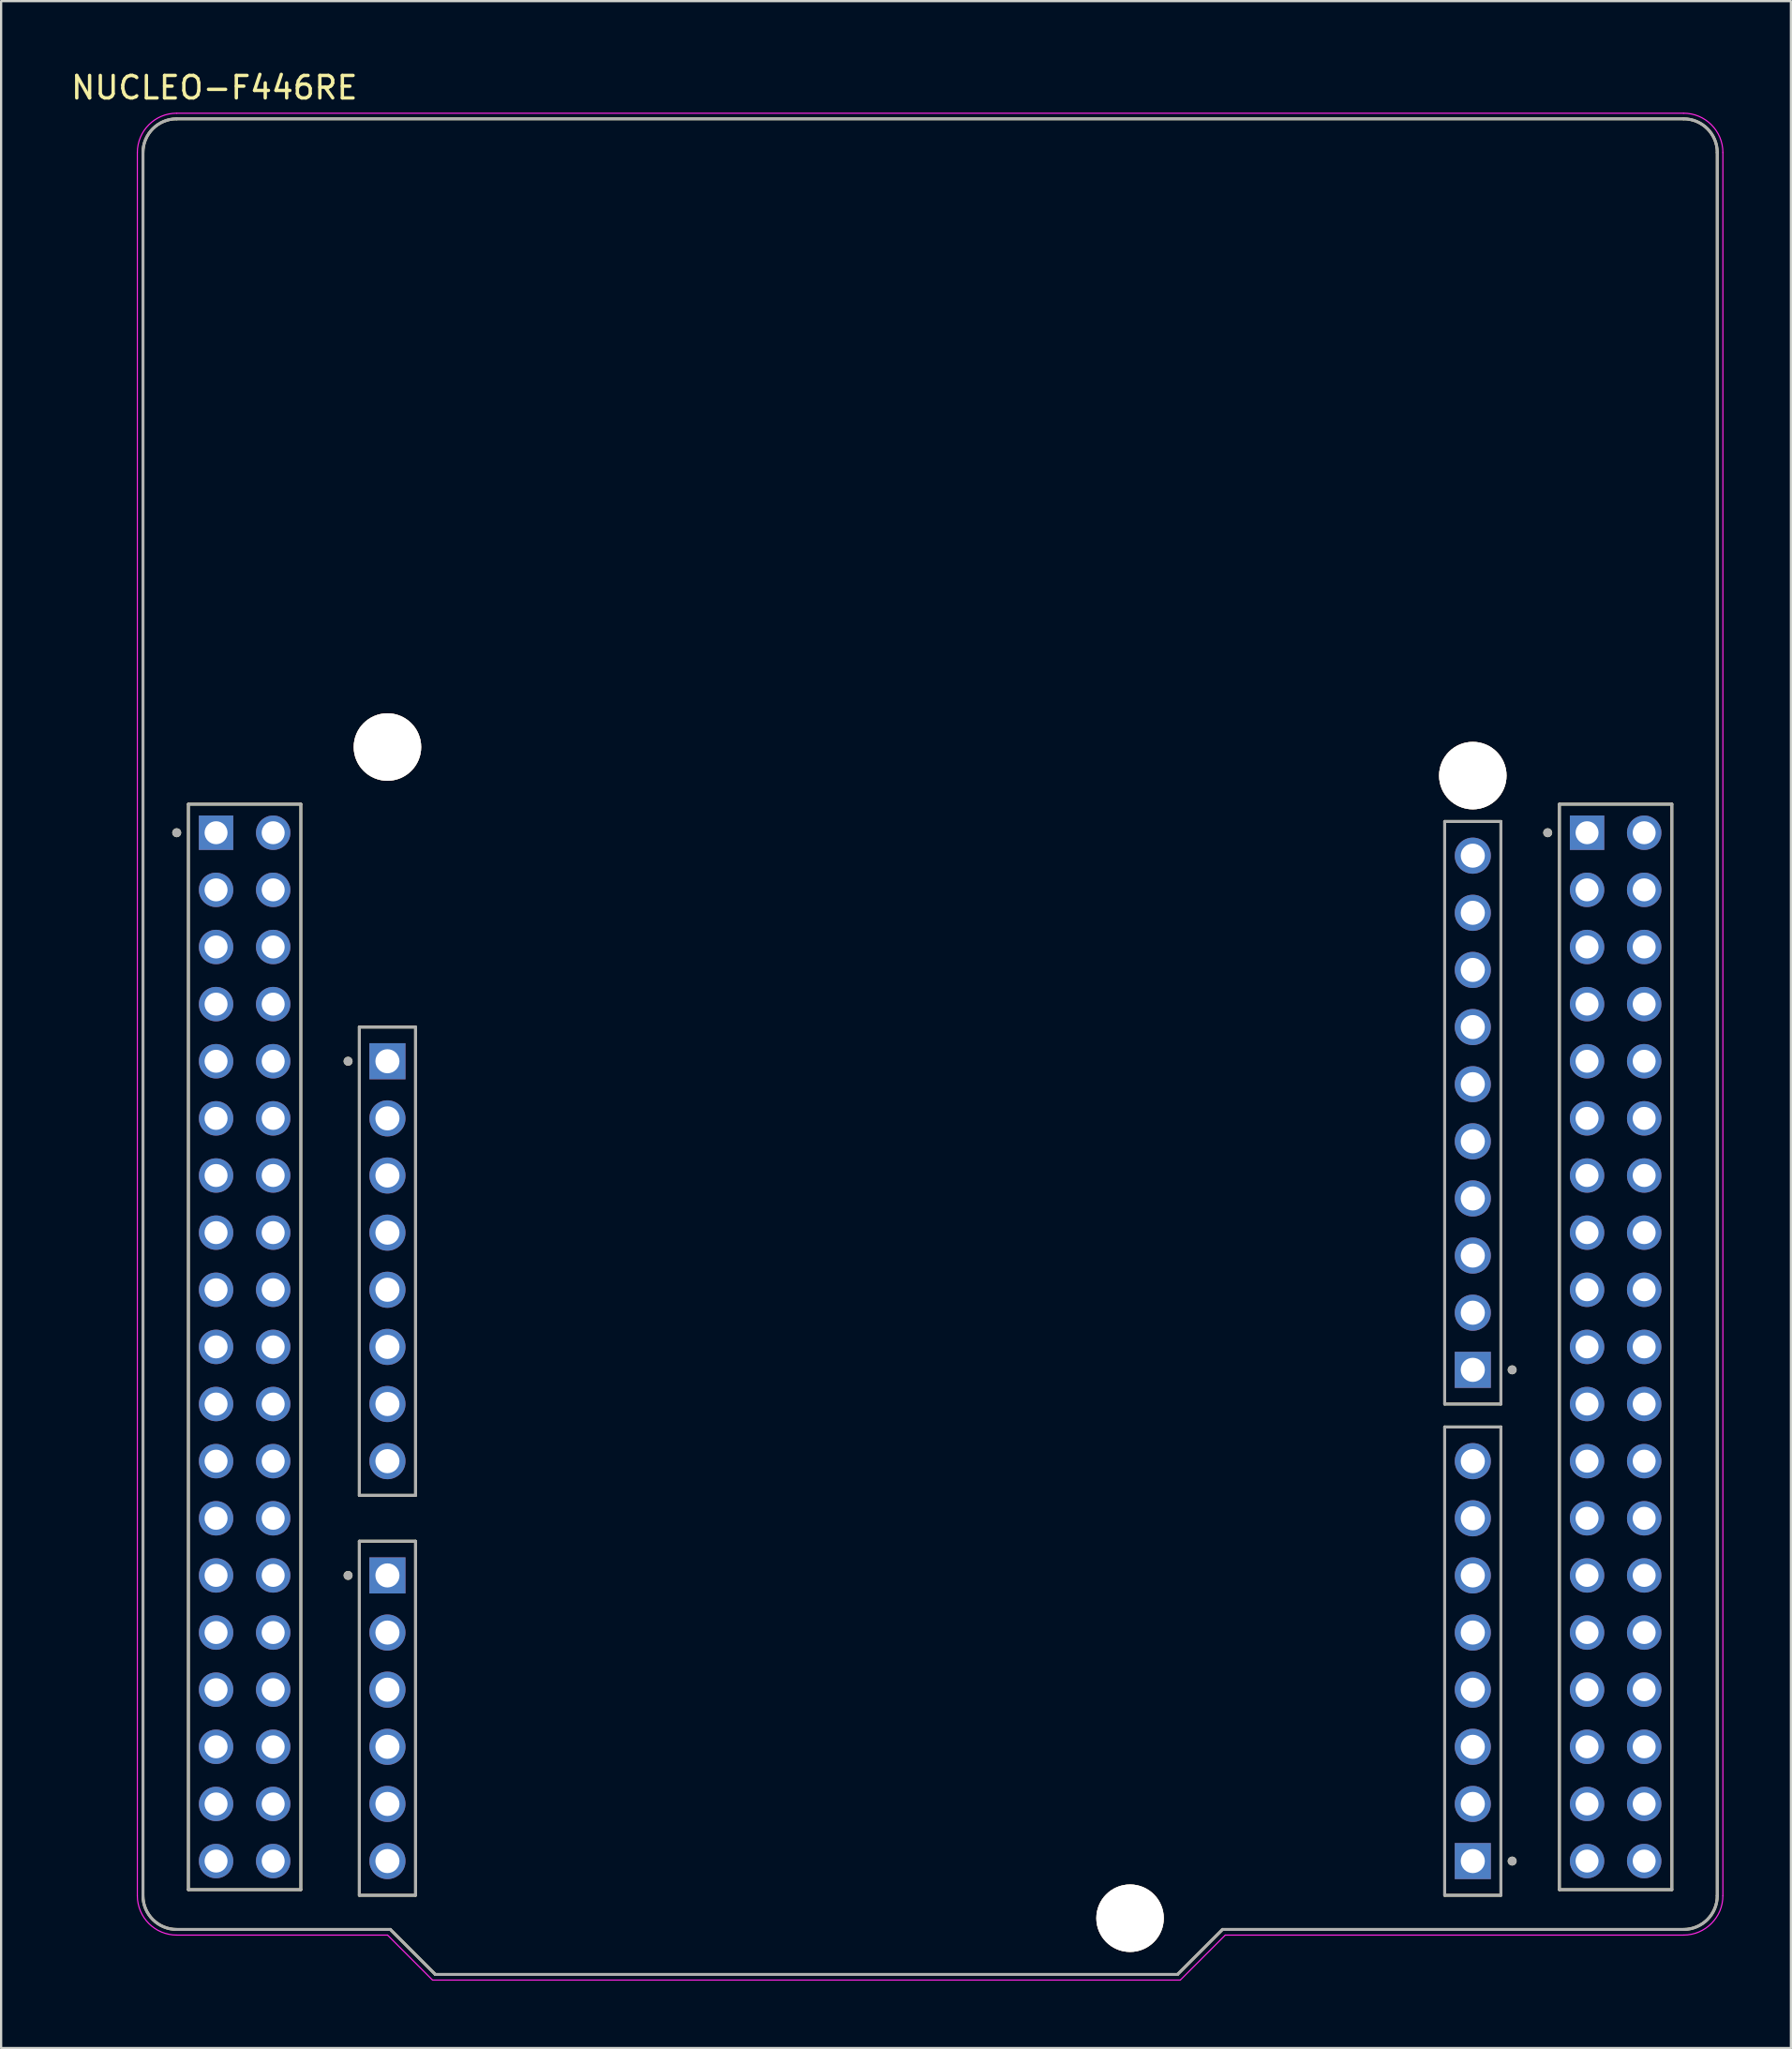
<source format=kicad_pcb>
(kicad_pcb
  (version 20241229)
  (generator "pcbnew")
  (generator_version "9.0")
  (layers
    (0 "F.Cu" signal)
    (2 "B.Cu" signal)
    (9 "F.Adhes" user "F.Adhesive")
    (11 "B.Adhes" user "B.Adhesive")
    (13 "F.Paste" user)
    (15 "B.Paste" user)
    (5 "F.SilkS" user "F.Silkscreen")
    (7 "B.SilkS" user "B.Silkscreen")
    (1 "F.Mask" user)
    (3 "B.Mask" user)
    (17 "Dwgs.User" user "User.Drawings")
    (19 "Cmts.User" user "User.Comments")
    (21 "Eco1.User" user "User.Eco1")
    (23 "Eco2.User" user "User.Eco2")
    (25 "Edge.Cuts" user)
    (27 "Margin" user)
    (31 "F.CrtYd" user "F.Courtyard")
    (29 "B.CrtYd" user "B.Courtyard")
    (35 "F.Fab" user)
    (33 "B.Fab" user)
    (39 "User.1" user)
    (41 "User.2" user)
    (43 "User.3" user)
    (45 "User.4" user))
  (footprint "NUCLEO-F446RE"
    (layer "F.Cu")
    (at 38.307 43.483)
    (property "Reference" "NUCLEO-F446RE" (at -31.825 -42.635 0) (layer "F.SilkS") (effects (font (size 1 1) (thickness 0.15))))
    (attr through_hole)
    (fp_line (start -35 37.75) (end -35 -39.75) (stroke (width 0.127) (type solid)) (layer "F.SilkS"))
    (fp_line (start -33.5 -41.25) (end 33.5 -41.25) (stroke (width 0.127) (type solid)) (layer "F.SilkS"))
    (fp_line (start -32.98 -10.78) (end -32.98 37.48) (stroke (width 0.127) (type solid)) (layer "F.SilkS"))
    (fp_line (start -32.98 37.48) (end -27.98 37.48) (stroke (width 0.127) (type solid)) (layer "F.SilkS"))
    (fp_line (start -27.98 -10.78) (end -32.98 -10.78) (stroke (width 0.127) (type solid)) (layer "F.SilkS"))
    (fp_line (start -27.98 37.48) (end -27.98 -10.78) (stroke (width 0.127) (type solid)) (layer "F.SilkS"))
    (fp_line (start -25.38 -0.87) (end -25.38 19.95) (stroke (width 0.127) (type solid)) (layer "F.SilkS"))
    (fp_line (start -25.38 19.95) (end -22.88 19.95) (stroke (width 0.127) (type solid)) (layer "F.SilkS"))
    (fp_line (start -25.38 21.99) (end -25.38 37.73) (stroke (width 0.127) (type solid)) (layer "F.SilkS"))
    (fp_line (start -25.38 37.73) (end -22.88 37.73) (stroke (width 0.127) (type solid)) (layer "F.SilkS"))
    (fp_line (start -24 39.25) (end -33.5 39.25) (stroke (width 0.127) (type solid)) (layer "F.SilkS"))
    (fp_line (start -22.88 -0.87) (end -25.38 -0.87) (stroke (width 0.127) (type solid)) (layer "F.SilkS"))
    (fp_line (start -22.88 19.95) (end -22.88 -0.87) (stroke (width 0.127) (type solid)) (layer "F.SilkS"))
    (fp_line (start -22.88 21.99) (end -25.38 21.99) (stroke (width 0.127) (type solid)) (layer "F.SilkS"))
    (fp_line (start -22.88 37.73) (end -22.88 21.99) (stroke (width 0.127) (type solid)) (layer "F.SilkS"))
    (fp_line (start -22 41.25) (end -24 39.25) (stroke (width 0.127) (type solid)) (layer "F.SilkS"))
    (fp_line (start 11 41.25) (end -22 41.25) (stroke (width 0.127) (type solid)) (layer "F.SilkS"))
    (fp_line (start 13 39.25) (end 11 41.25) (stroke (width 0.127) (type solid)) (layer "F.SilkS"))
    (fp_line (start 22.88 -10.01) (end 22.88 15.89) (stroke (width 0.127) (type solid)) (layer "F.SilkS"))
    (fp_line (start 22.88 15.89) (end 25.38 15.89) (stroke (width 0.127) (type solid)) (layer "F.SilkS"))
    (fp_line (start 22.88 16.91) (end 22.88 37.73) (stroke (width 0.127) (type solid)) (layer "F.SilkS"))
    (fp_line (start 22.88 37.73) (end 25.38 37.73) (stroke (width 0.127) (type solid)) (layer "F.SilkS"))
    (fp_line (start 25.38 -10.01) (end 22.88 -10.01) (stroke (width 0.127) (type solid)) (layer "F.SilkS"))
    (fp_line (start 25.38 15.89) (end 25.38 -10.01) (stroke (width 0.127) (type solid)) (layer "F.SilkS"))
    (fp_line (start 25.38 16.91) (end 22.88 16.91) (stroke (width 0.127) (type solid)) (layer "F.SilkS"))
    (fp_line (start 25.38 37.73) (end 25.38 16.91) (stroke (width 0.127) (type solid)) (layer "F.SilkS"))
    (fp_line (start 27.98 -10.78) (end 27.98 37.48) (stroke (width 0.127) (type solid)) (layer "F.SilkS"))
    (fp_line (start 27.98 37.48) (end 32.98 37.48) (stroke (width 0.127) (type solid)) (layer "F.SilkS"))
    (fp_line (start 32.98 -10.78) (end 27.98 -10.78) (stroke (width 0.127) (type solid)) (layer "F.SilkS"))
    (fp_line (start 32.98 37.48) (end 32.98 -10.78) (stroke (width 0.127) (type solid)) (layer "F.SilkS"))
    (fp_line (start 33.5 39.25) (end 13 39.25) (stroke (width 0.127) (type solid)) (layer "F.SilkS"))
    (fp_line (start 35 -39.75) (end 35 37.75) (stroke (width 0.127) (type solid)) (layer "F.SilkS"))
    (fp_arc (start -35 -39.75) (mid -34.56066 -40.81066) (end -33.5 -41.25) (stroke (width 0.127) (type solid)) (layer "F.SilkS"))
    (fp_arc (start -33.5 39.25) (mid -34.56066 38.81066) (end -35 37.75) (stroke (width 0.127) (type solid)) (layer "F.SilkS"))
    (fp_arc (start 33.5 -41.25) (mid 34.56066 -40.81066) (end 35 -39.75) (stroke (width 0.127) (type solid)) (layer "F.SilkS"))
    (fp_arc (start 35 37.75) (mid 34.56066 38.81066) (end 33.5 39.25) (stroke (width 0.127) (type solid)) (layer "F.SilkS"))
    (fp_circle (center -33.5 -9.51) (end -33.4 -9.51) (stroke (width 0.2) (type solid)) (fill no) (layer "F.SilkS"))
    (fp_circle (center -25.88 0.65) (end -25.78 0.65) (stroke (width 0.2) (type solid)) (fill no) (layer "F.SilkS"))
    (fp_circle (center -25.88 23.51) (end -25.78 23.51) (stroke (width 0.2) (type solid)) (fill no) (layer "F.SilkS"))
    (fp_circle (center 25.88 14.37) (end 25.98 14.37) (stroke (width 0.2) (type solid)) (fill no) (layer "F.SilkS"))
    (fp_circle (center 25.88 36.21) (end 25.98 36.21) (stroke (width 0.2) (type solid)) (fill no) (layer "F.SilkS"))
    (fp_circle (center 27.46 -9.51) (end 27.56 -9.51) (stroke (width 0.2) (type solid)) (fill no) (layer "F.SilkS"))
    (fp_line (start -35.25 37.75) (end -35.25 -39.75) (stroke (width 0.05) (type solid)) (layer "F.CrtYd"))
    (fp_line (start -33.5 -41.5) (end 33.5 -41.5) (stroke (width 0.05) (type solid)) (layer "F.CrtYd"))
    (fp_line (start -24.125 39.5) (end -33.5 39.5) (stroke (width 0.05) (type solid)) (layer "F.CrtYd"))
    (fp_line (start -22.125 41.5) (end -24.125 39.5) (stroke (width 0.05) (type solid)) (layer "F.CrtYd"))
    (fp_line (start 11.125 41.5) (end -22.125 41.5) (stroke (width 0.05) (type solid)) (layer "F.CrtYd"))
    (fp_line (start 13.125 39.5) (end 11.125 41.5) (stroke (width 0.05) (type solid)) (layer "F.CrtYd"))
    (fp_line (start 33.5 39.5) (end 13.125 39.5) (stroke (width 0.05) (type solid)) (layer "F.CrtYd"))
    (fp_line (start 35.25 -39.75) (end 35.25 37.75) (stroke (width 0.05) (type solid)) (layer "F.CrtYd"))
    (fp_arc (start -35.25 -39.75) (mid -34.737437 -40.987437) (end -33.5 -41.5) (stroke (width 0.05) (type solid)) (layer "F.CrtYd"))
    (fp_arc (start -33.5 39.5) (mid -34.737437 38.987437) (end -35.25 37.75) (stroke (width 0.05) (type solid)) (layer "F.CrtYd"))
    (fp_arc (start 33.5 -41.5) (mid 34.737437 -40.987437) (end 35.25 -39.75) (stroke (width 0.05) (type solid)) (layer "F.CrtYd"))
    (fp_arc (start 35.25 37.75) (mid 34.737437 38.987437) (end 33.5 39.5) (stroke (width 0.05) (type solid)) (layer "F.CrtYd"))
    (fp_line (start -35 37.75) (end -35 -39.75) (stroke (width 0.127) (type solid)) (layer "F.Fab"))
    (fp_line (start -33.5 -41.25) (end 33.5 -41.25) (stroke (width 0.127) (type solid)) (layer "F.Fab"))
    (fp_line (start -32.98 -10.78) (end -32.98 37.48) (stroke (width 0.127) (type solid)) (layer "F.Fab"))
    (fp_line (start -32.98 37.48) (end -27.98 37.48) (stroke (width 0.127) (type solid)) (layer "F.Fab"))
    (fp_line (start -27.98 -10.78) (end -32.98 -10.78) (stroke (width 0.127) (type solid)) (layer "F.Fab"))
    (fp_line (start -27.98 37.48) (end -27.98 -10.78) (stroke (width 0.127) (type solid)) (layer "F.Fab"))
    (fp_line (start -25.38 -0.87) (end -25.38 19.95) (stroke (width 0.127) (type solid)) (layer "F.Fab"))
    (fp_line (start -25.38 19.95) (end -22.88 19.95) (stroke (width 0.127) (type solid)) (layer "F.Fab"))
    (fp_line (start -25.38 21.99) (end -25.38 37.73) (stroke (width 0.127) (type solid)) (layer "F.Fab"))
    (fp_line (start -25.38 37.73) (end -22.88 37.73) (stroke (width 0.127) (type solid)) (layer "F.Fab"))
    (fp_line (start -24 39.25) (end -33.5 39.25) (stroke (width 0.127) (type solid)) (layer "F.Fab"))
    (fp_line (start -22.88 -0.87) (end -25.38 -0.87) (stroke (width 0.127) (type solid)) (layer "F.Fab"))
    (fp_line (start -22.88 19.95) (end -22.88 -0.87) (stroke (width 0.127) (type solid)) (layer "F.Fab"))
    (fp_line (start -22.88 21.99) (end -25.38 21.99) (stroke (width 0.127) (type solid)) (layer "F.Fab"))
    (fp_line (start -22.88 37.73) (end -22.88 21.99) (stroke (width 0.127) (type solid)) (layer "F.Fab"))
    (fp_line (start -22 41.25) (end -24 39.25) (stroke (width 0.127) (type solid)) (layer "F.Fab"))
    (fp_line (start 11 41.25) (end -22 41.25) (stroke (width 0.127) (type solid)) (layer "F.Fab"))
    (fp_line (start 13 39.25) (end 11 41.25) (stroke (width 0.127) (type solid)) (layer "F.Fab"))
    (fp_line (start 22.88 -10.01) (end 22.88 15.89) (stroke (width 0.127) (type solid)) (layer "F.Fab"))
    (fp_line (start 22.88 15.89) (end 25.38 15.89) (stroke (width 0.127) (type solid)) (layer "F.Fab"))
    (fp_line (start 22.88 16.91) (end 22.88 37.73) (stroke (width 0.127) (type solid)) (layer "F.Fab"))
    (fp_line (start 22.88 37.73) (end 25.38 37.73) (stroke (width 0.127) (type solid)) (layer "F.Fab"))
    (fp_line (start 25.38 -10.01) (end 22.88 -10.01) (stroke (width 0.127) (type solid)) (layer "F.Fab"))
    (fp_line (start 25.38 15.89) (end 25.38 -10.01) (stroke (width 0.127) (type solid)) (layer "F.Fab"))
    (fp_line (start 25.38 16.91) (end 22.88 16.91) (stroke (width 0.127) (type solid)) (layer "F.Fab"))
    (fp_line (start 25.38 37.73) (end 25.38 16.91) (stroke (width 0.127) (type solid)) (layer "F.Fab"))
    (fp_line (start 27.98 -10.78) (end 27.98 37.48) (stroke (width 0.127) (type solid)) (layer "F.Fab"))
    (fp_line (start 27.98 37.48) (end 32.98 37.48) (stroke (width 0.127) (type solid)) (layer "F.Fab"))
    (fp_line (start 32.98 -10.78) (end 27.98 -10.78) (stroke (width 0.127) (type solid)) (layer "F.Fab"))
    (fp_line (start 32.98 37.48) (end 32.98 -10.78) (stroke (width 0.127) (type solid)) (layer "F.Fab"))
    (fp_line (start 33.5 39.25) (end 13 39.25) (stroke (width 0.127) (type solid)) (layer "F.Fab"))
    (fp_line (start 35 -39.75) (end 35 37.75) (stroke (width 0.127) (type solid)) (layer "F.Fab"))
    (fp_arc (start -35 -39.75) (mid -34.56066 -40.81066) (end -33.5 -41.25) (stroke (width 0.127) (type solid)) (layer "F.Fab"))
    (fp_arc (start -33.5 39.25) (mid -34.56066 38.81066) (end -35 37.75) (stroke (width 0.127) (type solid)) (layer "F.Fab"))
    (fp_arc (start 33.5 -41.25) (mid 34.56066 -40.81066) (end 35 -39.75) (stroke (width 0.127) (type solid)) (layer "F.Fab"))
    (fp_arc (start 35 37.75) (mid 34.56066 38.81066) (end 33.5 39.25) (stroke (width 0.127) (type solid)) (layer "F.Fab"))
    (fp_circle (center -33.5 -9.51) (end -33.4 -9.51) (stroke (width 0.2) (type solid)) (fill no) (layer "F.Fab"))
    (fp_circle (center -25.88 0.65) (end -25.78 0.65) (stroke (width 0.2) (type solid)) (fill no) (layer "F.Fab"))
    (fp_circle (center -25.88 23.51) (end -25.78 23.51) (stroke (width 0.2) (type solid)) (fill no) (layer "F.Fab"))
    (fp_circle (center 25.88 14.37) (end 25.98 14.37) (stroke (width 0.2) (type solid)) (fill no) (layer "F.Fab"))
    (fp_circle (center 25.88 36.21) (end 25.98 36.21) (stroke (width 0.2) (type solid)) (fill no) (layer "F.Fab"))
    (fp_circle (center 27.46 -9.51) (end 27.56 -9.51) (stroke (width 0.2) (type solid)) (fill no) (layer "F.Fab"))
    (pad "" np_thru_hole circle (at -24.13 -13.32) (size 3 3) (drill 3) (layers "*.Cu" "*.SilkS"))
    (pad "" np_thru_hole circle (at 8.89 38.75) (size 3 3) (drill 3) (layers "*.Cu" "*.SilkS"))
    (pad "" np_thru_hole circle (at 24.13 -12.05) (size 3 3) (drill 3) (layers "*.Cu" "*.SilkS"))
    (pad "CN5_1" thru_hole rect (at 24.13 14.37) (size 1.605 1.605) (drill 1.07) (layers "*.Cu" "*.Mask"))
    (pad "CN5_2" thru_hole circle (at 24.13 11.83) (size 1.605 1.605) (drill 1.07) (layers "*.Cu" "*.Mask"))
    (pad "CN5_3" thru_hole circle (at 24.13 9.29) (size 1.605 1.605) (drill 1.07) (layers "*.Cu" "*.Mask"))
    (pad "CN5_4" thru_hole circle (at 24.13 6.75) (size 1.605 1.605) (drill 1.07) (layers "*.Cu" "*.Mask"))
    (pad "CN5_5" thru_hole circle (at 24.13 4.21) (size 1.605 1.605) (drill 1.07) (layers "*.Cu" "*.Mask"))
    (pad "CN5_6" thru_hole circle (at 24.13 1.67) (size 1.605 1.605) (drill 1.07) (layers "*.Cu" "*.Mask"))
    (pad "CN5_7" thru_hole circle (at 24.13 -0.87) (size 1.605 1.605) (drill 1.07) (layers "*.Cu" "*.Mask"))
    (pad "CN5_8" thru_hole circle (at 24.13 -3.41) (size 1.605 1.605) (drill 1.07) (layers "*.Cu" "*.Mask"))
    (pad "CN5_9" thru_hole circle (at 24.13 -5.95) (size 1.605 1.605) (drill 1.07) (layers "*.Cu" "*.Mask"))
    (pad "CN5_10" thru_hole circle (at 24.13 -8.49) (size 1.605 1.605) (drill 1.07) (layers "*.Cu" "*.Mask"))
    (pad "CN6_1" thru_hole rect (at -24.13 0.65) (size 1.605 1.605) (drill 1.07) (layers "*.Cu" "*.Mask"))
    (pad "CN6_2" thru_hole circle (at -24.13 3.19) (size 1.605 1.605) (drill 1.07) (layers "*.Cu" "*.Mask"))
    (pad "CN6_3" thru_hole circle (at -24.13 5.73) (size 1.605 1.605) (drill 1.07) (layers "*.Cu" "*.Mask"))
    (pad "CN6_4" thru_hole circle (at -24.13 8.27) (size 1.605 1.605) (drill 1.07) (layers "*.Cu" "*.Mask"))
    (pad "CN6_5" thru_hole circle (at -24.13 10.81) (size 1.605 1.605) (drill 1.07) (layers "*.Cu" "*.Mask"))
    (pad "CN6_6" thru_hole circle (at -24.13 13.35) (size 1.605 1.605) (drill 1.07) (layers "*.Cu" "*.Mask"))
    (pad "CN6_7" thru_hole circle (at -24.13 15.89) (size 1.605 1.605) (drill 1.07) (layers "*.Cu" "*.Mask"))
    (pad "CN6_8" thru_hole circle (at -24.13 18.43) (size 1.605 1.605) (drill 1.07) (layers "*.Cu" "*.Mask"))
    (pad "CN7_1" thru_hole rect (at -31.75 -9.51) (size 1.53 1.53) (drill 1.02) (layers "*.Cu" "*.Mask"))
    (pad "CN7_2" thru_hole circle (at -29.21 -9.51) (size 1.53 1.53) (drill 1.02) (layers "*.Cu" "*.Mask"))
    (pad "CN7_3" thru_hole circle (at -31.75 -6.97) (size 1.53 1.53) (drill 1.02) (layers "*.Cu" "*.Mask"))
    (pad "CN7_4" thru_hole circle (at -29.21 -6.97) (size 1.53 1.53) (drill 1.02) (layers "*.Cu" "*.Mask"))
    (pad "CN7_5" thru_hole circle (at -31.75 -4.43) (size 1.53 1.53) (drill 1.02) (layers "*.Cu" "*.Mask"))
    (pad "CN7_6" thru_hole circle (at -29.21 -4.43) (size 1.53 1.53) (drill 1.02) (layers "*.Cu" "*.Mask"))
    (pad "CN7_7" thru_hole circle (at -31.75 -1.89) (size 1.53 1.53) (drill 1.02) (layers "*.Cu" "*.Mask"))
    (pad "CN7_8" thru_hole circle (at -29.21 -1.89) (size 1.53 1.53) (drill 1.02) (layers "*.Cu" "*.Mask"))
    (pad "CN7_9" thru_hole circle (at -31.75 0.65) (size 1.53 1.53) (drill 1.02) (layers "*.Cu" "*.Mask"))
    (pad "CN7_10" thru_hole circle (at -29.21 0.65) (size 1.53 1.53) (drill 1.02) (layers "*.Cu" "*.Mask"))
    (pad "CN7_11" thru_hole circle (at -31.75 3.19) (size 1.53 1.53) (drill 1.02) (layers "*.Cu" "*.Mask"))
    (pad "CN7_12" thru_hole circle (at -29.21 3.19) (size 1.53 1.53) (drill 1.02) (layers "*.Cu" "*.Mask"))
    (pad "CN7_13" thru_hole circle (at -31.75 5.73) (size 1.53 1.53) (drill 1.02) (layers "*.Cu" "*.Mask"))
    (pad "CN7_14" thru_hole circle (at -29.21 5.73) (size 1.53 1.53) (drill 1.02) (layers "*.Cu" "*.Mask"))
    (pad "CN7_15" thru_hole circle (at -31.75 8.27) (size 1.53 1.53) (drill 1.02) (layers "*.Cu" "*.Mask"))
    (pad "CN7_16" thru_hole circle (at -29.21 8.27) (size 1.53 1.53) (drill 1.02) (layers "*.Cu" "*.Mask"))
    (pad "CN7_17" thru_hole circle (at -31.75 10.81) (size 1.53 1.53) (drill 1.02) (layers "*.Cu" "*.Mask"))
    (pad "CN7_18" thru_hole circle (at -29.21 10.81) (size 1.53 1.53) (drill 1.02) (layers "*.Cu" "*.Mask"))
    (pad "CN7_19" thru_hole circle (at -31.75 13.35) (size 1.53 1.53) (drill 1.02) (layers "*.Cu" "*.Mask"))
    (pad "CN7_20" thru_hole circle (at -29.21 13.35) (size 1.53 1.53) (drill 1.02) (layers "*.Cu" "*.Mask"))
    (pad "CN7_21" thru_hole circle (at -31.75 15.89) (size 1.53 1.53) (drill 1.02) (layers "*.Cu" "*.Mask"))
    (pad "CN7_22" thru_hole circle (at -29.21 15.89) (size 1.53 1.53) (drill 1.02) (layers "*.Cu" "*.Mask"))
    (pad "CN7_23" thru_hole circle (at -31.75 18.43) (size 1.53 1.53) (drill 1.02) (layers "*.Cu" "*.Mask"))
    (pad "CN7_24" thru_hole circle (at -29.21 18.43) (size 1.53 1.53) (drill 1.02) (layers "*.Cu" "*.Mask"))
    (pad "CN7_25" thru_hole circle (at -31.75 20.97) (size 1.53 1.53) (drill 1.02) (layers "*.Cu" "*.Mask"))
    (pad "CN7_26" thru_hole circle (at -29.21 20.97) (size 1.53 1.53) (drill 1.02) (layers "*.Cu" "*.Mask"))
    (pad "CN7_27" thru_hole circle (at -31.75 23.51) (size 1.53 1.53) (drill 1.02) (layers "*.Cu" "*.Mask"))
    (pad "CN7_28" thru_hole circle (at -29.21 23.51) (size 1.53 1.53) (drill 1.02) (layers "*.Cu" "*.Mask"))
    (pad "CN7_29" thru_hole circle (at -31.75 26.05) (size 1.53 1.53) (drill 1.02) (layers "*.Cu" "*.Mask"))
    (pad "CN7_30" thru_hole circle (at -29.21 26.05) (size 1.53 1.53) (drill 1.02) (layers "*.Cu" "*.Mask"))
    (pad "CN7_31" thru_hole circle (at -31.75 28.59) (size 1.53 1.53) (drill 1.02) (layers "*.Cu" "*.Mask"))
    (pad "CN7_32" thru_hole circle (at -29.21 28.59) (size 1.53 1.53) (drill 1.02) (layers "*.Cu" "*.Mask"))
    (pad "CN7_33" thru_hole circle (at -31.75 31.13) (size 1.53 1.53) (drill 1.02) (layers "*.Cu" "*.Mask"))
    (pad "CN7_34" thru_hole circle (at -29.21 31.13) (size 1.53 1.53) (drill 1.02) (layers "*.Cu" "*.Mask"))
    (pad "CN7_35" thru_hole circle (at -31.75 33.67) (size 1.53 1.53) (drill 1.02) (layers "*.Cu" "*.Mask"))
    (pad "CN7_36" thru_hole circle (at -29.21 33.67) (size 1.53 1.53) (drill 1.02) (layers "*.Cu" "*.Mask"))
    (pad "CN7_37" thru_hole circle (at -31.75 36.21) (size 1.53 1.53) (drill 1.02) (layers "*.Cu" "*.Mask"))
    (pad "CN7_38" thru_hole circle (at -29.21 36.21) (size 1.53 1.53) (drill 1.02) (layers "*.Cu" "*.Mask"))
    (pad "CN8_1" thru_hole rect (at -24.13 23.51) (size 1.605 1.605) (drill 1.07) (layers "*.Cu" "*.Mask"))
    (pad "CN8_2" thru_hole circle (at -24.13 26.05) (size 1.605 1.605) (drill 1.07) (layers "*.Cu" "*.Mask"))
    (pad "CN8_3" thru_hole circle (at -24.13 28.59) (size 1.605 1.605) (drill 1.07) (layers "*.Cu" "*.Mask"))
    (pad "CN8_4" thru_hole circle (at -24.13 31.13) (size 1.605 1.605) (drill 1.07) (layers "*.Cu" "*.Mask"))
    (pad "CN8_5" thru_hole circle (at -24.13 33.67) (size 1.605 1.605) (drill 1.07) (layers "*.Cu" "*.Mask"))
    (pad "CN8_6" thru_hole circle (at -24.13 36.21) (size 1.605 1.605) (drill 1.07) (layers "*.Cu" "*.Mask"))
    (pad "CN9_1" thru_hole rect (at 24.13 36.21) (size 1.605 1.605) (drill 1.07) (layers "*.Cu" "*.Mask"))
    (pad "CN9_2" thru_hole circle (at 24.13 33.67) (size 1.605 1.605) (drill 1.07) (layers "*.Cu" "*.Mask"))
    (pad "CN9_3" thru_hole circle (at 24.13 31.13) (size 1.605 1.605) (drill 1.07) (layers "*.Cu" "*.Mask"))
    (pad "CN9_4" thru_hole circle (at 24.13 28.59) (size 1.605 1.605) (drill 1.07) (layers "*.Cu" "*.Mask"))
    (pad "CN9_5" thru_hole circle (at 24.13 26.05) (size 1.605 1.605) (drill 1.07) (layers "*.Cu" "*.Mask"))
    (pad "CN9_6" thru_hole circle (at 24.13 23.51) (size 1.605 1.605) (drill 1.07) (layers "*.Cu" "*.Mask"))
    (pad "CN9_7" thru_hole circle (at 24.13 20.97) (size 1.605 1.605) (drill 1.07) (layers "*.Cu" "*.Mask"))
    (pad "CN9_8" thru_hole circle (at 24.13 18.43) (size 1.605 1.605) (drill 1.07) (layers "*.Cu" "*.Mask"))
    (pad "CN10_1" thru_hole rect (at 29.21 -9.51) (size 1.53 1.53) (drill 1.02) (layers "*.Cu" "*.Mask"))
    (pad "CN10_2" thru_hole circle (at 31.75 -9.51) (size 1.53 1.53) (drill 1.02) (layers "*.Cu" "*.Mask"))
    (pad "CN10_3" thru_hole circle (at 29.21 -6.97) (size 1.53 1.53) (drill 1.02) (layers "*.Cu" "*.Mask"))
    (pad "CN10_4" thru_hole circle (at 31.75 -6.97) (size 1.53 1.53) (drill 1.02) (layers "*.Cu" "*.Mask"))
    (pad "CN10_5" thru_hole circle (at 29.21 -4.43) (size 1.53 1.53) (drill 1.02) (layers "*.Cu" "*.Mask"))
    (pad "CN10_6" thru_hole circle (at 31.75 -4.43) (size 1.53 1.53) (drill 1.02) (layers "*.Cu" "*.Mask"))
    (pad "CN10_7" thru_hole circle (at 29.21 -1.89) (size 1.53 1.53) (drill 1.02) (layers "*.Cu" "*.Mask"))
    (pad "CN10_8" thru_hole circle (at 31.75 -1.89) (size 1.53 1.53) (drill 1.02) (layers "*.Cu" "*.Mask"))
    (pad "CN10_9" thru_hole circle (at 29.21 0.65) (size 1.53 1.53) (drill 1.02) (layers "*.Cu" "*.Mask"))
    (pad "CN10_10" thru_hole circle (at 31.75 0.65) (size 1.53 1.53) (drill 1.02) (layers "*.Cu" "*.Mask"))
    (pad "CN10_11" thru_hole circle (at 29.21 3.19) (size 1.53 1.53) (drill 1.02) (layers "*.Cu" "*.Mask"))
    (pad "CN10_12" thru_hole circle (at 31.75 3.19) (size 1.53 1.53) (drill 1.02) (layers "*.Cu" "*.Mask"))
    (pad "CN10_13" thru_hole circle (at 29.21 5.73) (size 1.53 1.53) (drill 1.02) (layers "*.Cu" "*.Mask"))
    (pad "CN10_14" thru_hole circle (at 31.75 5.73) (size 1.53 1.53) (drill 1.02) (layers "*.Cu" "*.Mask"))
    (pad "CN10_15" thru_hole circle (at 29.21 8.27) (size 1.53 1.53) (drill 1.02) (layers "*.Cu" "*.Mask"))
    (pad "CN10_16" thru_hole circle (at 31.75 8.27) (size 1.53 1.53) (drill 1.02) (layers "*.Cu" "*.Mask"))
    (pad "CN10_17" thru_hole circle (at 29.21 10.81) (size 1.53 1.53) (drill 1.02) (layers "*.Cu" "*.Mask"))
    (pad "CN10_18" thru_hole circle (at 31.75 10.81) (size 1.53 1.53) (drill 1.02) (layers "*.Cu" "*.Mask"))
    (pad "CN10_19" thru_hole circle (at 29.21 13.35) (size 1.53 1.53) (drill 1.02) (layers "*.Cu" "*.Mask"))
    (pad "CN10_20" thru_hole circle (at 31.75 13.35) (size 1.53 1.53) (drill 1.02) (layers "*.Cu" "*.Mask"))
    (pad "CN10_21" thru_hole circle (at 29.21 15.89) (size 1.53 1.53) (drill 1.02) (layers "*.Cu" "*.Mask"))
    (pad "CN10_22" thru_hole circle (at 31.75 15.89) (size 1.53 1.53) (drill 1.02) (layers "*.Cu" "*.Mask"))
    (pad "CN10_23" thru_hole circle (at 29.21 18.43) (size 1.53 1.53) (drill 1.02) (layers "*.Cu" "*.Mask"))
    (pad "CN10_24" thru_hole circle (at 31.75 18.43) (size 1.53 1.53) (drill 1.02) (layers "*.Cu" "*.Mask"))
    (pad "CN10_25" thru_hole circle (at 29.21 20.97) (size 1.53 1.53) (drill 1.02) (layers "*.Cu" "*.Mask"))
    (pad "CN10_26" thru_hole circle (at 31.75 20.97) (size 1.53 1.53) (drill 1.02) (layers "*.Cu" "*.Mask"))
    (pad "CN10_27" thru_hole circle (at 29.21 23.51) (size 1.53 1.53) (drill 1.02) (layers "*.Cu" "*.Mask"))
    (pad "CN10_28" thru_hole circle (at 31.75 23.51) (size 1.53 1.53) (drill 1.02) (layers "*.Cu" "*.Mask"))
    (pad "CN10_29" thru_hole circle (at 29.21 26.05) (size 1.53 1.53) (drill 1.02) (layers "*.Cu" "*.Mask"))
    (pad "CN10_30" thru_hole circle (at 31.75 26.05) (size 1.53 1.53) (drill 1.02) (layers "*.Cu" "*.Mask"))
    (pad "CN10_31" thru_hole circle (at 29.21 28.59) (size 1.53 1.53) (drill 1.02) (layers "*.Cu" "*.Mask"))
    (pad "CN10_32" thru_hole circle (at 31.75 28.59) (size 1.53 1.53) (drill 1.02) (layers "*.Cu" "*.Mask"))
    (pad "CN10_33" thru_hole circle (at 29.21 31.13) (size 1.53 1.53) (drill 1.02) (layers "*.Cu" "*.Mask"))
    (pad "CN10_34" thru_hole circle (at 31.75 31.13) (size 1.53 1.53) (drill 1.02) (layers "*.Cu" "*.Mask"))
    (pad "CN10_35" thru_hole circle (at 29.21 33.67) (size 1.53 1.53) (drill 1.02) (layers "*.Cu" "*.Mask"))
    (pad "CN10_36" thru_hole circle (at 31.75 33.67) (size 1.53 1.53) (drill 1.02) (layers "*.Cu" "*.Mask"))
    (pad "CN10_37" thru_hole circle (at 29.21 36.21) (size 1.53 1.53) (drill 1.02) (layers "*.Cu" "*.Mask"))
    (pad "CN10_38" thru_hole circle (at 31.75 36.21) (size 1.53 1.53) (drill 1.02) (layers "*.Cu" "*.Mask")))
  (gr_rect
    (start -3 -3)
    (end 76.582 88.008)
    (stroke (width 0.1) (type default))
    (fill no)
    (layer "Edge.Cuts")))
</source>
